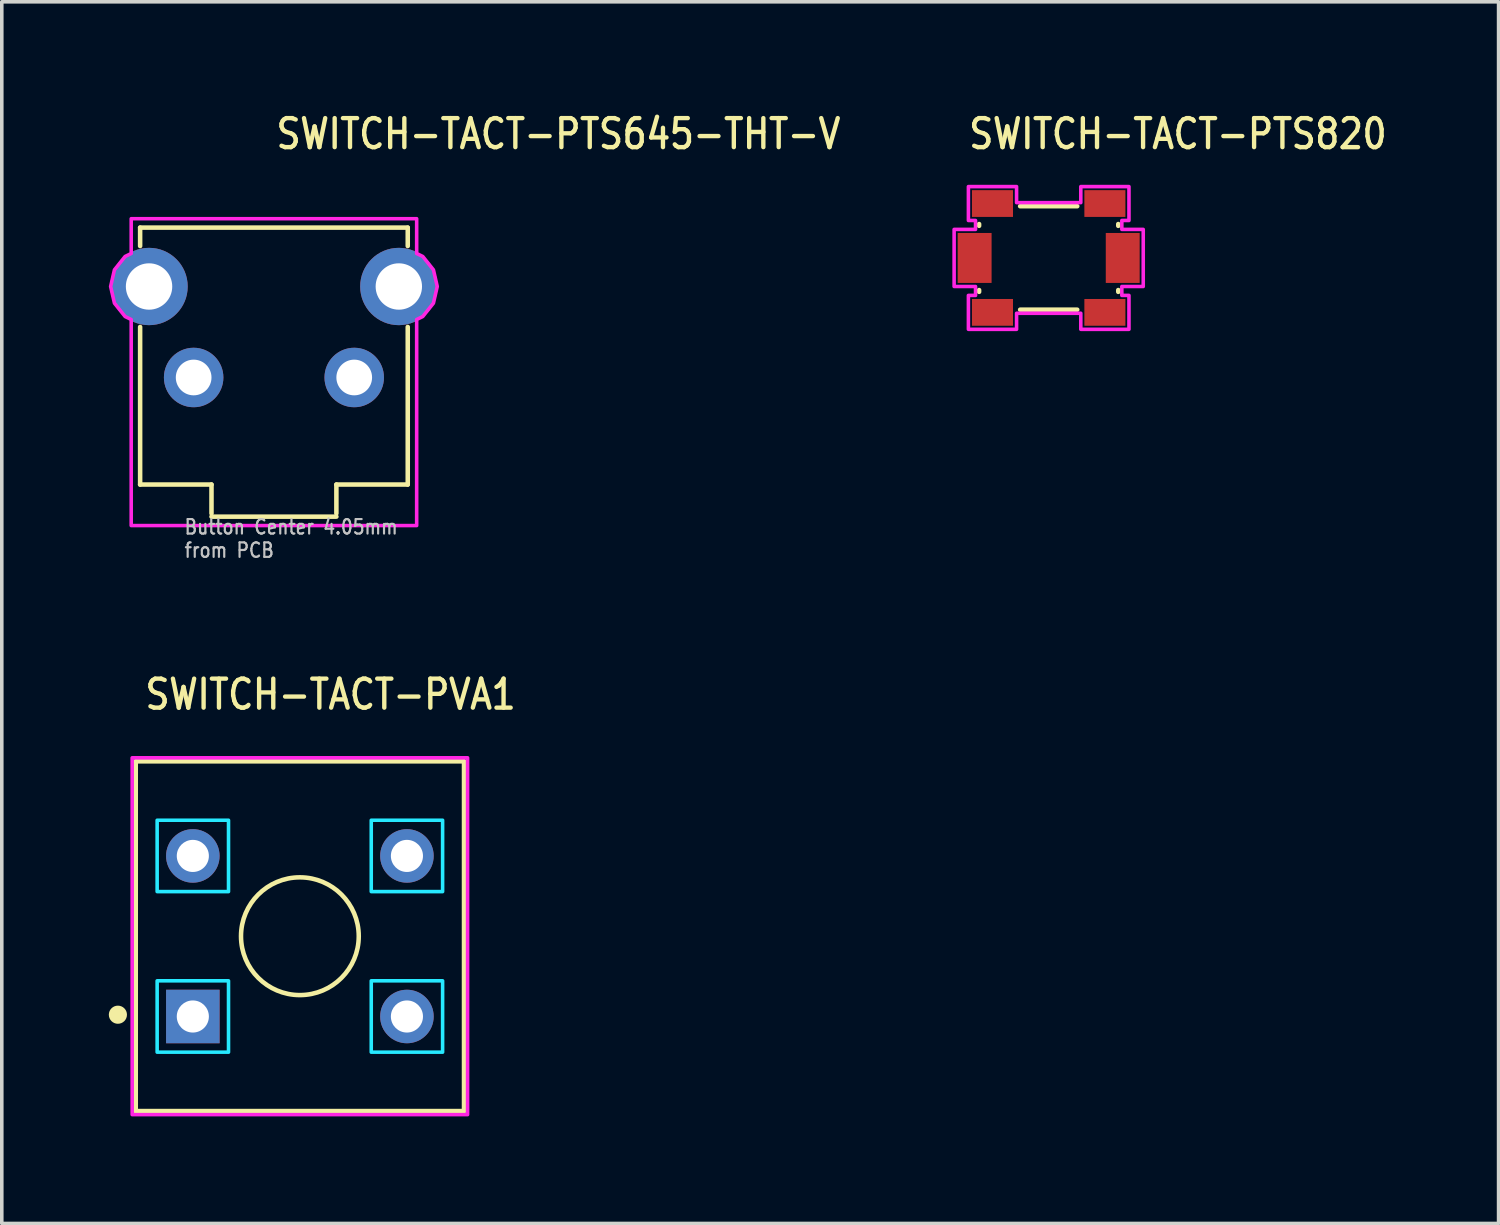
<source format=kicad_pcb>
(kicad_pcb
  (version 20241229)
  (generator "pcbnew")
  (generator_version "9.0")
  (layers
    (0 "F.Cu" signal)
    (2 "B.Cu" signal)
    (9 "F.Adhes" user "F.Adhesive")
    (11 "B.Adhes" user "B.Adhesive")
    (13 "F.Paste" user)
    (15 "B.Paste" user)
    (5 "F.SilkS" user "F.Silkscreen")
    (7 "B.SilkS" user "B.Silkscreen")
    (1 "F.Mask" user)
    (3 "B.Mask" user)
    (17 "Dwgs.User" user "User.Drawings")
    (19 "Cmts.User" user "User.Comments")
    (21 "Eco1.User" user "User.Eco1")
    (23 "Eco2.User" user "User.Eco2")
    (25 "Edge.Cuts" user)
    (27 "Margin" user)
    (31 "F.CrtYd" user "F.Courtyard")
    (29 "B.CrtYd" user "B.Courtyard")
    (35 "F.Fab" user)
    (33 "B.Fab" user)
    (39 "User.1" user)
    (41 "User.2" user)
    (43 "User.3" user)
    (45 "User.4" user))
  (footprint "SWITCH-TACT-PVA1"
    (layer "F.Cu")
    (at 5.354 23.187)
    (property "Reference" "SWITCH-TACT-PVA1" (at -4.4 -6.3 0) (unlocked yes) (layer "F.SilkS") (effects (font (size 0.813 0.695) (thickness 0.122)) (justify left bottom)))
    (fp_line (start -4.6 -4.9) (end 4.6 -4.9) (stroke (width 0.127) (type solid)) (layer "F.SilkS"))
    (fp_line (start -4.6 4.9) (end -4.6 -4.9) (stroke (width 0.127) (type solid)) (layer "F.SilkS"))
    (fp_line (start 4.6 -4.9) (end 4.6 4.9) (stroke (width 0.127) (type solid)) (layer "F.SilkS"))
    (fp_line (start 4.6 4.9) (end -4.6 4.9) (stroke (width 0.127) (type solid)) (layer "F.SilkS"))
    (fp_circle (center -5.1 2.2) (end -4.846 2.2) (stroke (width 0) (type solid)) (fill yes) (layer "F.SilkS"))
    (fp_circle (center 0 0) (end 1.65 0) (stroke (width 0.127) (type solid)) (fill no) (layer "F.SilkS"))
    (fp_poly (pts (xy -4 -3.25) (xy -2 -3.25) (xy -2 -1.25) (xy -4 -1.25)) (stroke (width 0.1) (type solid)) (fill no) (layer "B.CrtYd"))
    (fp_poly (pts (xy -4 1.25) (xy -2 1.25) (xy -2 3.25) (xy -4 3.25)) (stroke (width 0.1) (type solid)) (fill no) (layer "B.CrtYd"))
    (fp_poly (pts (xy 2 -3.25) (xy 4 -3.25) (xy 4 -1.25) (xy 2 -1.25)) (stroke (width 0.1) (type solid)) (fill no) (layer "B.CrtYd"))
    (fp_poly (pts (xy 2 1.25) (xy 4 1.25) (xy 4 3.25) (xy 2 3.25)) (stroke (width 0.1) (type solid)) (fill no) (layer "B.CrtYd"))
    (fp_poly (pts (xy -4.7 -5) (xy 4.7 -5) (xy 4.7 5) (xy -4.7 5)) (stroke (width 0.1) (type solid)) (fill no) (layer "F.CrtYd"))
    (pad "1" thru_hole rect (at -3 2.25) (size 1.5 1.5) (drill 0.9) (layers "*.Cu" "*.Mask"))
    (pad "2" thru_hole oval (at 3 2.25) (size 1.5 1.5) (drill 0.9) (layers "*.Cu" "*.Mask"))
    (pad "3" thru_hole oval (at 3 -2.25) (size 1.5 1.5) (drill 0.9) (layers "*.Cu" "*.Mask"))
    (pad "4" thru_hole oval (at -3 -2.25) (size 1.5 1.5) (drill 0.9) (layers "*.Cu" "*.Mask")))
  (footprint "SWITCH-TACT-PTS645-THT-V"
    (layer "F.Cu")
    (at 4.627 7.529)
    (property "Reference" "SWITCH-TACT-PTS645-THT-V" (at 0 -6.35 0) (unlocked yes) (layer "F.SilkS") (effects (font (size 0.813 0.695) (thickness 0.122)) (justify left bottom)))
    (fp_line (start -3.75 -4.2) (end -3.75 -3.684) (stroke (width 0.127) (type solid)) (layer "F.SilkS"))
    (fp_line (start -3.75 -4.2) (end 3.75 -4.2) (stroke (width 0.127) (type solid)) (layer "F.SilkS"))
    (fp_line (start -3.75 -1.416) (end -3.75 3) (stroke (width 0.127) (type solid)) (layer "F.SilkS"))
    (fp_line (start -3.75 3) (end -1.75 3) (stroke (width 0.127) (type solid)) (layer "F.SilkS"))
    (fp_line (start -1.75 3) (end -1.75 3.81) (stroke (width 0.127) (type solid)) (layer "F.SilkS"))
    (fp_line (start -1.75 3.9) (end 1.75 3.9) (stroke (width 0.127) (type solid)) (layer "F.SilkS"))
    (fp_line (start 1.75 3) (end 1.75 3.81) (stroke (width 0.127) (type solid)) (layer "F.SilkS"))
    (fp_line (start 3.75 -4.2) (end 3.75 -3.684) (stroke (width 0.127) (type solid)) (layer "F.SilkS"))
    (fp_line (start 3.75 -1.416) (end 3.75 3) (stroke (width 0.127) (type solid)) (layer "F.SilkS"))
    (fp_line (start 3.75 3) (end 1.75 3) (stroke (width 0.127) (type solid)) (layer "F.SilkS"))
    (fp_poly (pts (xy -4 -3.475) (xy -4 -4.45) (xy 4 -4.45) (xy 4 -3.475) (xy 4.171 -3.392) (xy 4.47 -3.017) (xy 4.577 -2.55) (xy 4.47 -2.083) (xy 4.171 -1.708) (xy 4 -1.625) (xy 4 4.15) (xy -4 4.15) (xy -4 -1.625) (xy -4.171 -1.708) (xy -4.47 -2.083) (xy -4.577 -2.55) (xy -4.47 -3.017) (xy -4.171 -3.392)) (stroke (width 0.1) (type solid)) (fill no) (layer "F.CrtYd"))
    (fp_text user "Button Center 4.05mm\nfrom PCB " (at -2.54 5.08 0) (unlocked yes) (layer "Dwgs.User") (effects (font (size 0.406 0.347) (thickness 0.061)) (justify left bottom)))
    (pad "1" thru_hole oval (at -2.25 0) (size 1.667 1.667) (drill 1) (layers "*.Cu" "*.Mask"))
    (pad "2" thru_hole oval (at 2.25 0) (size 1.667 1.667) (drill 1) (layers "*.Cu" "*.Mask"))
    (pad "SHELL1" thru_hole oval (at -3.5 -2.55) (size 2.167 2.167) (drill 1.3) (layers "*.Cu" "*.Mask"))
    (pad "SHELL2" thru_hole oval (at 3.5 -2.55) (size 2.167 2.167) (drill 1.3) (layers "*.Cu" "*.Mask")))
  (footprint "SWITCH-TACT-PTS820"
    (layer "F.Cu")
    (at 26.339 4.179)
    (property "Reference" "SWITCH-TACT-PTS820" (at -2.3 -3 0) (unlocked yes) (layer "F.SilkS") (effects (font (size 0.813 0.695) (thickness 0.122)) (justify left bottom)))
    (fp_line (start -1.95 -0.95) (end -1.95 -0.9) (stroke (width 0.127) (type solid)) (layer "F.SilkS"))
    (fp_line (start -1.95 0.9) (end -1.95 0.95) (stroke (width 0.127) (type solid)) (layer "F.SilkS"))
    (fp_line (start -0.8 -1.45) (end 0.8 -1.45) (stroke (width 0.127) (type solid)) (layer "F.SilkS"))
    (fp_line (start 0.8 1.45) (end -0.8 1.45) (stroke (width 0.127) (type solid)) (layer "F.SilkS"))
    (fp_line (start 1.95 -0.95) (end 1.95 -0.9) (stroke (width 0.127) (type solid)) (layer "F.SilkS"))
    (fp_line (start 1.95 0.9) (end 1.95 0.95) (stroke (width 0.127) (type solid)) (layer "F.SilkS"))
    (fp_poly (pts (xy -2.25 -2) (xy -0.9 -2) (xy -0.9 -1.55) (xy 0.9 -1.55) (xy 0.9 -2) (xy 2.25 -2) (xy 2.25 -1.05) (xy 2.05 -1.05) (xy 2.05 -0.8) (xy 2.65 -0.8) (xy 2.65 0.8) (xy 2.05 0.8) (xy 2.05 1.05) (xy 2.25 1.05) (xy 2.25 2) (xy 0.9 2) (xy 0.9 1.55) (xy -0.9 1.55) (xy -0.9 2) (xy -2.25 2) (xy -2.25 1.05) (xy -2.05 1.05) (xy -2.05 0.8) (xy -2.65 0.8) (xy -2.65 -0.8) (xy -2.05 -0.8) (xy -2.05 -1.05) (xy -2.25 -1.05)) (stroke (width 0.1) (type solid)) (fill no) (layer "F.CrtYd"))
    (pad "1" smd rect (at -2.075 0) (size 0.95 1.4) (layers "F.Cu" "F.Mask" "F.Paste"))
    (pad "2" smd rect (at 2.075 0) (size 0.95 1.4) (layers "F.Cu" "F.Mask" "F.Paste"))
    (pad "S_1" smd rect (at -1.575 -1.525) (size 1.15 0.75) (layers "F.Cu" "F.Mask" "F.Paste"))
    (pad "S_2" smd rect (at 1.575 -1.525) (size 1.15 0.75) (layers "F.Cu" "F.Mask" "F.Paste"))
    (pad "S_3" smd rect (at -1.575 1.525) (size 1.15 0.75) (layers "F.Cu" "F.Mask" "F.Paste"))
    (pad "S_4" smd rect (at 1.575 1.525) (size 1.15 0.75) (layers "F.Cu" "F.Mask" "F.Paste")))
  (gr_rect
    (start -3 -3)
    (end 38.947 31.237)
    (stroke (width 0.1) (type default))
    (fill no)
    (layer "Edge.Cuts")))
</source>
